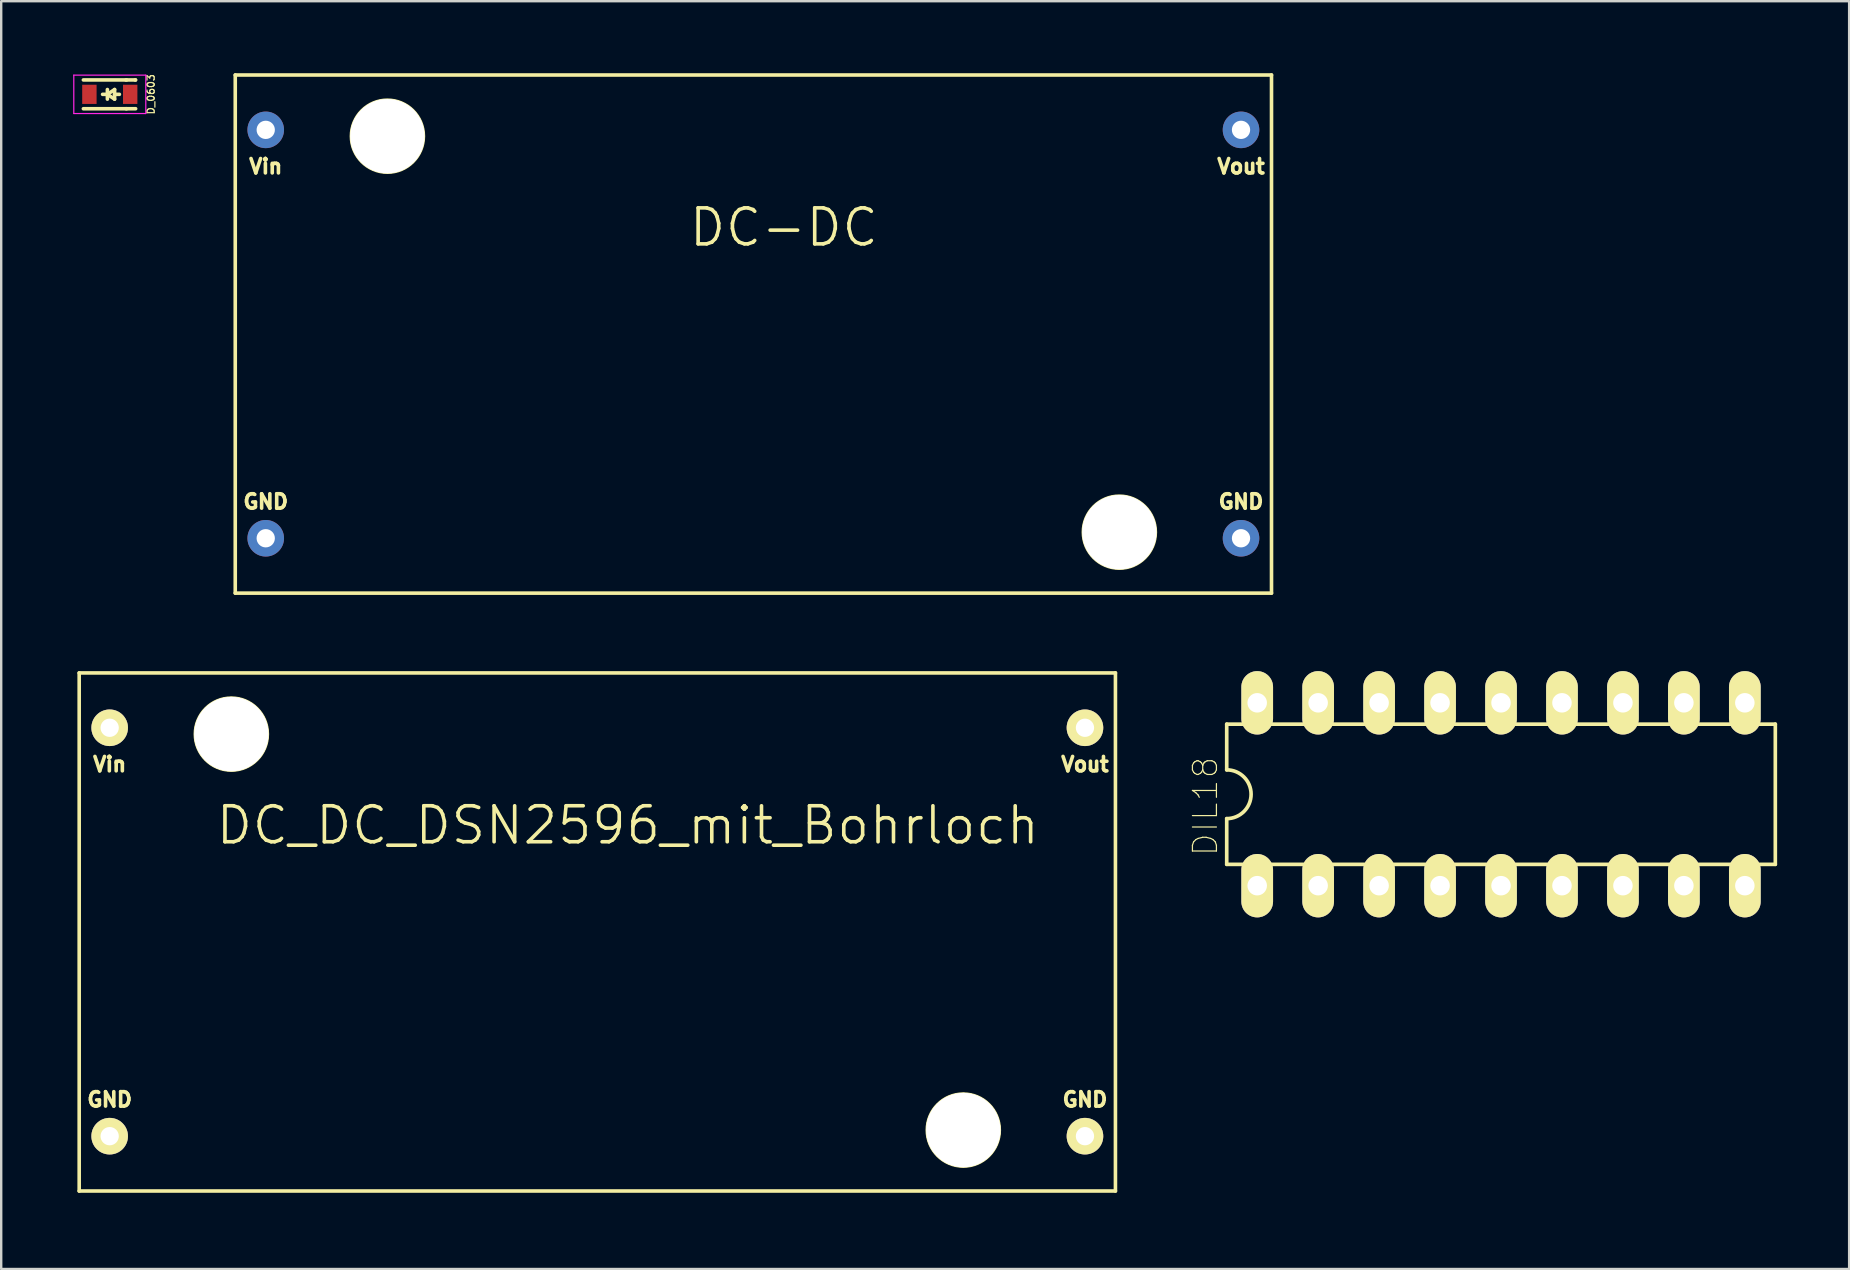
<source format=kicad_pcb>
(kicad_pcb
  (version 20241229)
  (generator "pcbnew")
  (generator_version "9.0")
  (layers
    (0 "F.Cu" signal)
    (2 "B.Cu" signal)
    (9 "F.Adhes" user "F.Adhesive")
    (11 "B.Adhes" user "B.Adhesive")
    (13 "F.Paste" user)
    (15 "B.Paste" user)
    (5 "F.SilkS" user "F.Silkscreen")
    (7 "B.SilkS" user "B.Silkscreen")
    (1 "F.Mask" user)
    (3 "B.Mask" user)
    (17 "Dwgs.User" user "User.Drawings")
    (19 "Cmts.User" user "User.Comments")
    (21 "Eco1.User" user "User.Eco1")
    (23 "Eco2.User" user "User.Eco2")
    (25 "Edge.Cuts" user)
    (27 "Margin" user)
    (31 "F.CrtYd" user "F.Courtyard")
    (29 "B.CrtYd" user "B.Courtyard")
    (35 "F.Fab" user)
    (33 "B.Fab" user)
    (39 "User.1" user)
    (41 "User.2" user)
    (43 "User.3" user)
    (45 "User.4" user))
  (footprint "DC_DC_DSN2596_mit_Bohrloch"
    (layer "F.Cu")
    (at 0.25 46.58)
    (property "Reference" "DC_DC_DSN2596_mit_Bohrloch" (at 22.86 -15.24 0) (layer "F.SilkS") (effects (font (size 1.5 1.5) (thickness 0.15))))
    (fp_line (start 0 -21.59) (end 43.18 -21.59) (stroke (width 0.15) (type solid)) (layer "F.SilkS"))
    (fp_line (start 0 0) (end 0 -21.59) (stroke (width 0.15) (type solid)) (layer "F.SilkS"))
    (fp_line (start 43.18 -21.59) (end 43.18 0) (stroke (width 0.15) (type solid)) (layer "F.SilkS"))
    (fp_line (start 43.18 0) (end 0 0) (stroke (width 0.15) (type solid)) (layer "F.SilkS"))
    (fp_circle (center 6.34 -19.04) (end 4.84 -19.04) (stroke (width 0.15) (type solid)) (fill no) (layer "F.SilkS"))
    (fp_circle (center 36.84 -2.54) (end 35.34 -2.54) (stroke (width 0.15) (type solid)) (fill no) (layer "F.SilkS"))
    (fp_text user "Vout" (at 41.91 -17.78 0) (layer "F.SilkS") (effects (font (size 0.6 0.6) (thickness 0.15))))
    (fp_text user "Vin" (at 1.27 -17.78 0) (layer "F.SilkS") (effects (font (size 0.6 0.6) (thickness 0.15))))
    (fp_text user "GND" (at 41.91 -3.81 0) (layer "F.SilkS") (effects (font (size 0.6 0.6) (thickness 0.15))))
    (fp_text user "GND" (at 1.27 -3.81 0) (layer "F.SilkS") (effects (font (size 0.6 0.6) (thickness 0.15))))
    (pad "1" thru_hole circle (at 41.91 -2.286) (size 1.524 1.524) (drill 0.762) (layers "*.Cu" "*.Mask" "F.SilkS"))
    (pad "2" thru_hole circle (at 41.91 -19.304) (size 1.524 1.524) (drill 0.762) (layers "*.Cu" "*.Mask" "F.SilkS"))
    (pad "3" thru_hole circle (at 1.27 -19.304) (size 1.524 1.524) (drill 0.762) (layers "*.Cu" "*.Mask" "F.SilkS"))
    (pad "4" thru_hole circle (at 1.27 -2.286) (size 1.524 1.524) (drill 0.762) (layers "*.Cu" "*.Mask" "F.SilkS"))
    (pad "~" thru_hole circle (at 6.34 -19.04) (size 3.1 3.1) (drill 3.1) (layers "*.Cu" "*.Mask" "F.SilkS"))
    (pad "~" thru_hole circle (at 36.84 -2.54) (size 3.1 3.1) (drill 3.1) (layers "*.Cu" "*.Mask" "F.SilkS")))
  (footprint "D_0603"
    (layer "F.Cu")
    (at 1.525 0.881)
    (property "Reference" "D_0603" (at 1.714 0 90) (layer "F.SilkS") (effects (font (size 0.3 0.3) (thickness 0.05))))
    (attr smd)
    (fp_line (start -1.1 -0.6) (end 0.7 -0.6) (stroke (width 0.15) (type solid)) (layer "F.SilkS"))
    (fp_line (start -1.1 0.6) (end 0.7 0.6) (stroke (width 0.15) (type solid)) (layer "F.SilkS"))
    (fp_line (start -0.1 -0.2) (end -0.1 0.2) (stroke (width 0.15) (type solid)) (layer "F.SilkS"))
    (fp_line (start -0.1 0) (end -0.3 0) (stroke (width 0.15) (type solid)) (layer "F.SilkS"))
    (fp_line (start -0.1 0) (end 0.2 0.2) (stroke (width 0.15) (type solid)) (layer "F.SilkS"))
    (fp_line (start 0.2 -0.2) (end -0.1 0) (stroke (width 0.15) (type solid)) (layer "F.SilkS"))
    (fp_line (start 0.2 0) (end 0.4 0) (stroke (width 0.15) (type solid)) (layer "F.SilkS"))
    (fp_line (start 0.2 0.2) (end 0.2 -0.2) (stroke (width 0.15) (type solid)) (layer "F.SilkS"))
    (fp_line (start 0.671 -0.599) (end 1.072 -0.599) (stroke (width 0.15) (type solid)) (layer "F.SilkS"))
    (fp_line (start 0.681 0.599) (end 1.077 0.599) (stroke (width 0.15) (type solid)) (layer "F.SilkS"))
    (fp_line (start 1.072 -0.599) (end 1.057 -0.599) (stroke (width 0.15) (type solid)) (layer "F.SilkS"))
    (fp_line (start -1.5 -0.8) (end -1.5 0.8) (stroke (width 0.05) (type solid)) (layer "F.CrtYd"))
    (fp_line (start -1.5 0.8) (end 1.5 0.8) (stroke (width 0.05) (type solid)) (layer "F.CrtYd"))
    (fp_line (start 1.5 -0.8) (end -1.5 -0.8) (stroke (width 0.05) (type solid)) (layer "F.CrtYd"))
    (fp_line (start 1.5 0.8) (end 1.5 -0.8) (stroke (width 0.05) (type solid)) (layer "F.CrtYd"))
    (pad "1" smd rect (at -0.85 0) (size 0.6 0.8) (layers "F.Cu" "F.Mask" "F.Paste"))
    (pad "2" smd rect (at 0.85 0) (size 0.6 0.8) (layers "F.Cu" "F.Mask" "F.Paste")))
  (footprint "DC-DC"
    (layer "F.Cu")
    (at 6.753 21.665)
    (property "Reference" "DC-DC" (at 22.86 -15.24 0) (layer "F.SilkS") (effects (font (size 1.5 1.5) (thickness 0.15))))
    (attr through_hole)
    (fp_line (start 0 -21.59) (end 43.18 -21.59) (stroke (width 0.15) (type solid)) (layer "F.SilkS"))
    (fp_line (start 0 0) (end 0 -21.59) (stroke (width 0.15) (type solid)) (layer "F.SilkS"))
    (fp_line (start 43.18 -21.59) (end 43.18 0) (stroke (width 0.15) (type solid)) (layer "F.SilkS"))
    (fp_line (start 43.18 0) (end 0 0) (stroke (width 0.15) (type solid)) (layer "F.SilkS"))
    (fp_circle (center 6.34 -19.04) (end 4.84 -19.04) (stroke (width 0.15) (type solid)) (fill no) (layer "F.SilkS"))
    (fp_circle (center 36.84 -2.54) (end 35.34 -2.54) (stroke (width 0.15) (type solid)) (fill no) (layer "F.SilkS"))
    (fp_text user "Vin" (at 1.27 -17.78 0) (layer "F.SilkS") (effects (font (size 0.6 0.6) (thickness 0.15))))
    (fp_text user "GND" (at 1.27 -3.81 0) (layer "F.SilkS") (effects (font (size 0.6 0.6) (thickness 0.15))))
    (fp_text user "GND" (at 41.91 -3.81 0) (layer "F.SilkS") (effects (font (size 0.6 0.6) (thickness 0.15))))
    (fp_text user "Vout" (at 41.91 -17.78 0) (layer "F.SilkS") (effects (font (size 0.6 0.6) (thickness 0.15))))
    (pad "" thru_hole circle (at 6.34 -19.04) (size 3.1 3.1) (drill 3.1) (layers "*.Cu" "*.Mask"))
    (pad "" thru_hole circle (at 36.84 -2.54) (size 3.1 3.1) (drill 3.1) (layers "*.Cu" "*.Mask"))
    (pad "1" thru_hole circle (at 41.91 -2.286) (size 1.524 1.524) (drill 0.762) (layers "*.Cu" "*.Mask"))
    (pad "2" thru_hole circle (at 41.91 -19.304) (size 1.524 1.524) (drill 0.762) (layers "*.Cu" "*.Mask"))
    (pad "3" thru_hole circle (at 1.27 -19.304) (size 1.524 1.524) (drill 0.762) (layers "*.Cu" "*.Mask"))
    (pad "4" thru_hole circle (at 1.27 -2.286) (size 1.524 1.524) (drill 0.762) (layers "*.Cu" "*.Mask")))
  (footprint "DIL18"
    (layer "F.Cu")
    (at 59.497 30.046)
    (property "Reference" "DIL18" (at -12.319 0.508 90) (layer "F.SilkS") (effects (font (size 1 1) (thickness 0.05))))
    (attr through_hole)
    (fp_line (start -11.43 -2.921) (end -11.43 -1.016) (stroke (width 0.152) (type solid)) (layer "F.SilkS"))
    (fp_line (start -11.43 2.921) (end -11.43 1.016) (stroke (width 0.152) (type solid)) (layer "F.SilkS"))
    (fp_line (start -11.43 2.921) (end 11.43 2.921) (stroke (width 0.152) (type solid)) (layer "F.SilkS"))
    (fp_line (start 11.43 -2.921) (end -11.43 -2.921) (stroke (width 0.152) (type solid)) (layer "F.SilkS"))
    (fp_line (start 11.43 -2.921) (end 11.43 2.921) (stroke (width 0.152) (type solid)) (layer "F.SilkS"))
    (fp_arc (start -11.43 -1.016) (mid -10.414 0) (end -11.43 1.016) (stroke (width 0.1524) (type solid)) (layer "F.SilkS"))
    (pad "1" thru_hole oval (at -10.16 3.81 90) (size 2.642 1.321) (drill 0.813) (layers "*.Cu" "*.Mask" "F.SilkS"))
    (pad "2" thru_hole oval (at -7.62 3.81 90) (size 2.642 1.321) (drill 0.813) (layers "*.Cu" "*.Mask" "F.SilkS"))
    (pad "3" thru_hole oval (at -5.08 3.81 90) (size 2.642 1.321) (drill 0.813) (layers "*.Cu" "*.Mask" "F.SilkS"))
    (pad "4" thru_hole oval (at -2.54 3.81 90) (size 2.642 1.321) (drill 0.813) (layers "*.Cu" "*.Mask" "F.SilkS"))
    (pad "5" thru_hole oval (at 0 3.81 90) (size 2.642 1.321) (drill 0.813) (layers "*.Cu" "*.Mask" "F.SilkS"))
    (pad "6" thru_hole oval (at 2.54 3.81 90) (size 2.642 1.321) (drill 0.813) (layers "*.Cu" "*.Mask" "F.SilkS"))
    (pad "7" thru_hole oval (at 5.08 3.81 90) (size 2.642 1.321) (drill 0.813) (layers "*.Cu" "*.Mask" "F.SilkS"))
    (pad "8" thru_hole oval (at 7.62 3.81 90) (size 2.642 1.321) (drill 0.813) (layers "*.Cu" "*.Mask" "F.SilkS"))
    (pad "9" thru_hole oval (at 10.16 3.81 90) (size 2.642 1.321) (drill 0.813) (layers "*.Cu" "*.Mask" "F.SilkS"))
    (pad "10" thru_hole oval (at 10.16 -3.81 90) (size 2.642 1.321) (drill 0.813) (layers "*.Cu" "*.Mask" "F.SilkS"))
    (pad "11" thru_hole oval (at 7.62 -3.81 90) (size 2.642 1.321) (drill 0.813) (layers "*.Cu" "*.Mask" "F.SilkS"))
    (pad "12" thru_hole oval (at 5.08 -3.81 90) (size 2.642 1.321) (drill 0.813) (layers "*.Cu" "*.Mask" "F.SilkS"))
    (pad "13" thru_hole oval (at 2.54 -3.81 90) (size 2.642 1.321) (drill 0.813) (layers "*.Cu" "*.Mask" "F.SilkS"))
    (pad "14" thru_hole oval (at 0 -3.81 90) (size 2.642 1.321) (drill 0.813) (layers "*.Cu" "*.Mask" "F.SilkS"))
    (pad "15" thru_hole oval (at -2.54 -3.81 90) (size 2.642 1.321) (drill 0.813) (layers "*.Cu" "*.Mask" "F.SilkS"))
    (pad "16" thru_hole oval (at -5.08 -3.81 90) (size 2.642 1.321) (drill 0.813) (layers "*.Cu" "*.Mask" "F.SilkS"))
    (pad "17" thru_hole oval (at -7.62 -3.81 90) (size 2.642 1.321) (drill 0.813) (layers "*.Cu" "*.Mask" "F.SilkS"))
    (pad "18" thru_hole oval (at -10.16 -3.81 90) (size 2.642 1.321) (drill 0.813) (layers "*.Cu" "*.Mask" "F.SilkS")))
  (gr_rect
    (start -3 -3)
    (end 74.003 49.83)
    (stroke (width 0.1) (type default))
    (fill no)
    (layer "Edge.Cuts")))
</source>
